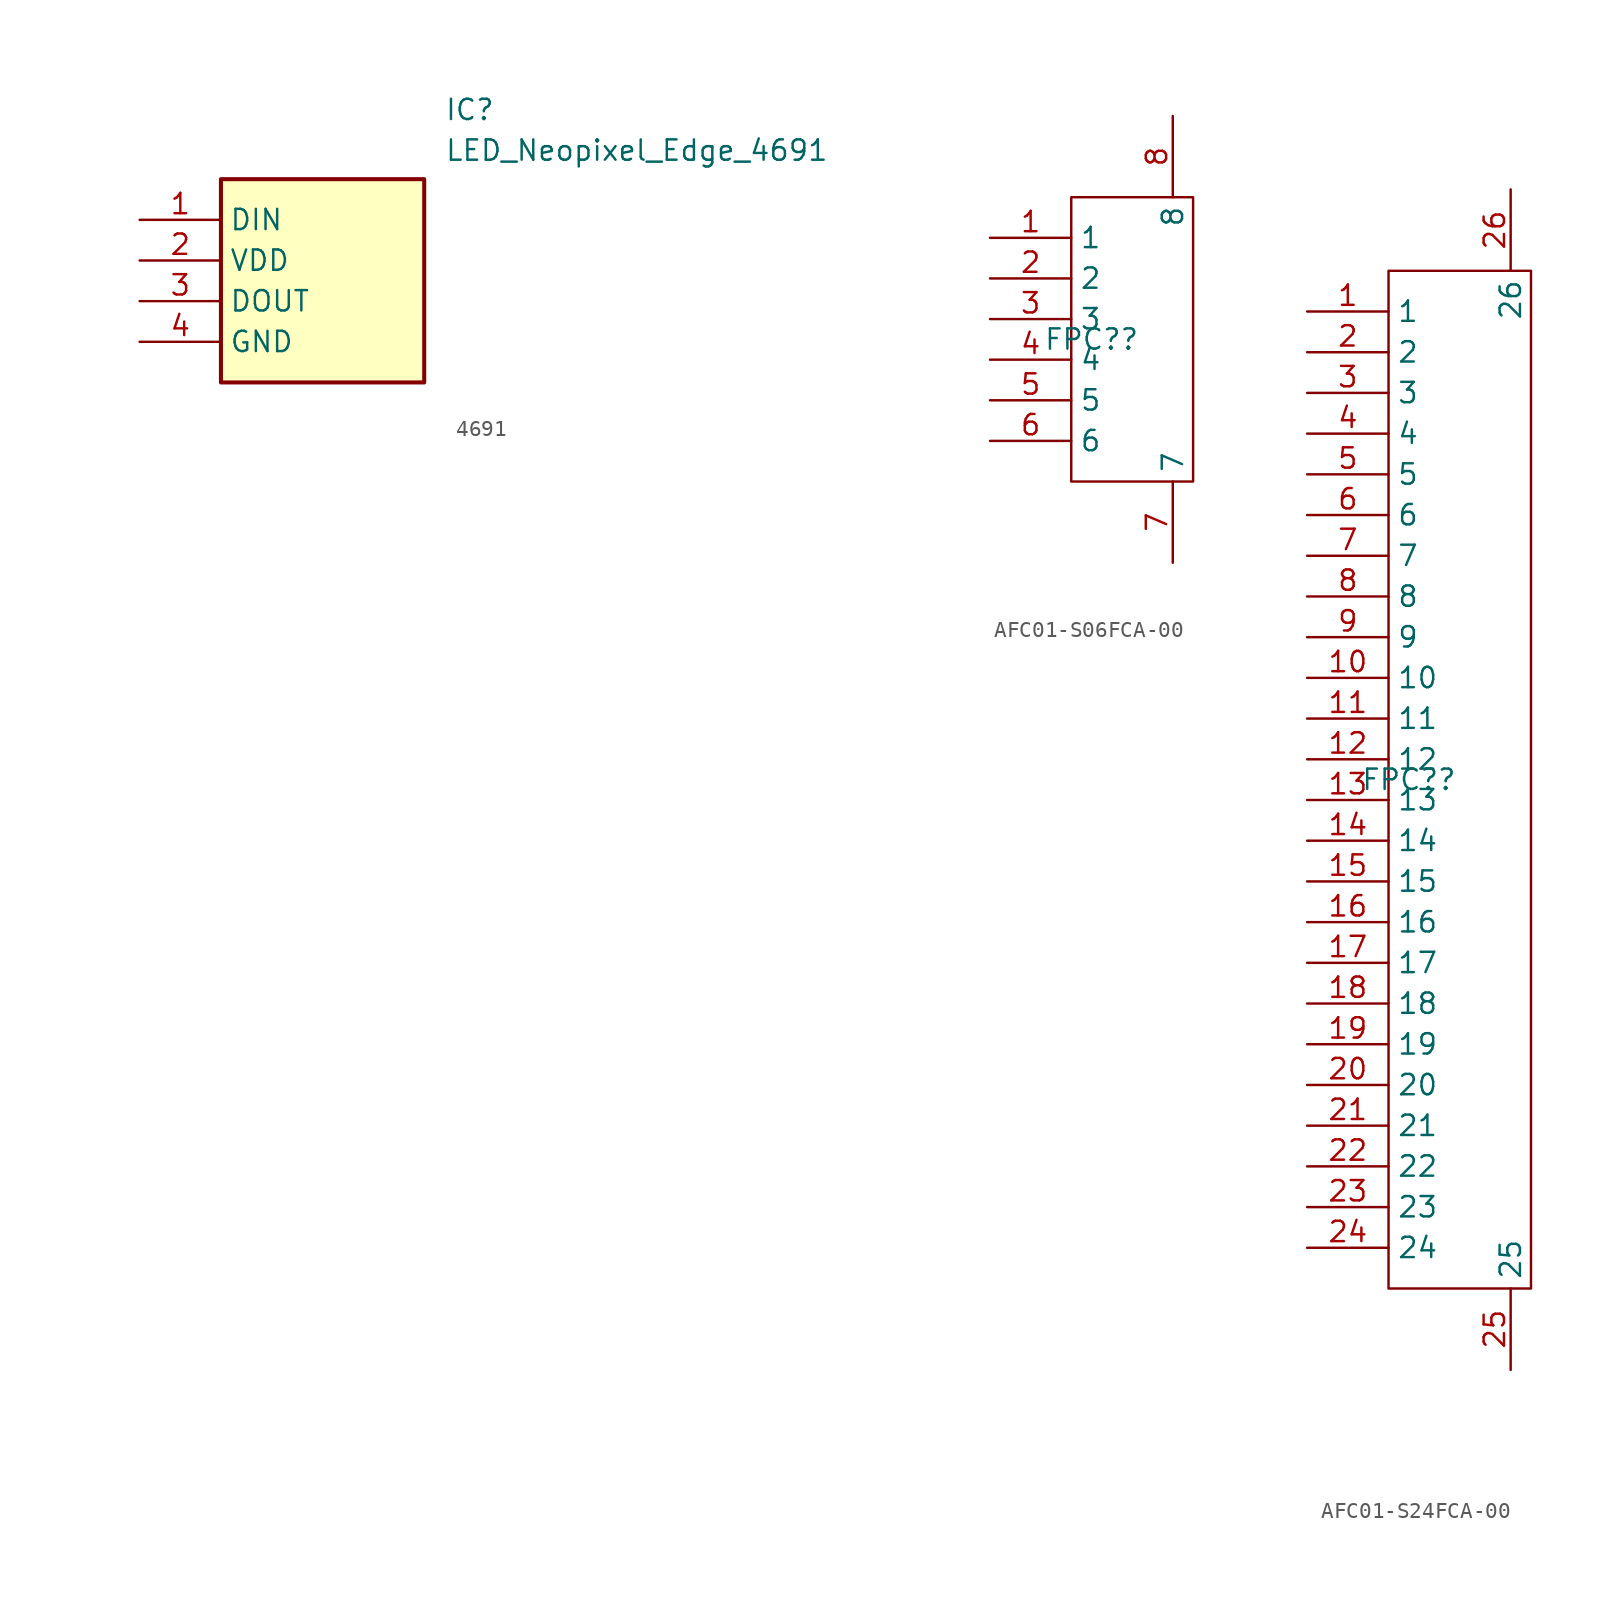
<source format=kicad_sym>
(kicad_symbol_lib
  (version 20241209)
  (generator "kicad_symbol_editor")
  (generator_version "9.0")
  (symbol "4691"
    (property "Reference" "IC"
      (at 19.05 7.62 0)
      (effects (font (size 1.27 1.27)) (justify left top)))
    (property "Value" "LED_Neopixel_Edge_4691"
      (at 19.05 5.08 0)
      (effects (font (size 1.27 1.27)) (justify left top)))
    (symbol "4691_1_1"
      (rectangle (start 5.08 2.54) (end 17.78 -10.16) (stroke (width 0.254) (type default)) (fill (type background)))
      (pin passive line (at 0 0 0) (length 5.08) (name "DIN" (effects (font (size 1.27 1.27)))) (number "1" (effects (font (size 1.27 1.27)))))
      (pin passive line (at 0 -2.54 0) (length 5.08) (name "VDD" (effects (font (size 1.27 1.27)))) (number "2" (effects (font (size 1.27 1.27)))))
      (pin passive line (at 0 -5.08 0) (length 5.08) (name "DOUT" (effects (font (size 1.27 1.27)))) (number "3" (effects (font (size 1.27 1.27)))))
      (pin passive line (at 0 -7.62 0) (length 5.08) (name "GND" (effects (font (size 1.27 1.27)))) (number "4" (effects (font (size 1.27 1.27)))))))
  (symbol "AFC01-S06FCA-00"
    (property "Reference" "FPC?"
      (at 0 0 0)
      (effects (font (size 1.27 1.27))))
    (property "Value" ""
      (at 0 0 0)
      (effects (font (size 1.27 1.27))))
    (symbol "AFC01-S06FCA-00_1_0"
      (rectangle (start -1.27 8.89) (end 6.35 -8.89) (stroke (width 0) (type default)) (fill (type none)))
      (pin unspecified line (at -6.35 6.35 0) (length 5.08) (name "1" (effects (font (size 1.27 1.27)))) (number "1" (effects (font (size 1.27 1.27)))))
      (pin unspecified line (at -6.35 3.81 0) (length 5.08) (name "2" (effects (font (size 1.27 1.27)))) (number "2" (effects (font (size 1.27 1.27)))))
      (pin unspecified line (at -6.35 1.27 0) (length 5.08) (name "3" (effects (font (size 1.27 1.27)))) (number "3" (effects (font (size 1.27 1.27)))))
      (pin unspecified line (at -6.35 -1.27 0) (length 5.08) (name "4" (effects (font (size 1.27 1.27)))) (number "4" (effects (font (size 1.27 1.27)))))
      (pin unspecified line (at -6.35 -3.81 0) (length 5.08) (name "5" (effects (font (size 1.27 1.27)))) (number "5" (effects (font (size 1.27 1.27)))))
      (pin unspecified line (at -6.35 -6.35 0) (length 5.08) (name "6" (effects (font (size 1.27 1.27)))) (number "6" (effects (font (size 1.27 1.27)))))
      (pin unspecified line (at 5.08 13.97 270) (length 5.08) (name "8" (effects (font (size 1.27 1.27)))) (number "8" (effects (font (size 1.27 1.27)))))
      (pin unspecified line (at 5.08 -13.97 90) (length 5.08) (name "7" (effects (font (size 1.27 1.27)))) (number "7" (effects (font (size 1.27 1.27)))))))
  (symbol "AFC01-S24FCA-00"
    (property "Reference" "FPC?"
      (at 0 0 0)
      (effects (font (size 1.27 1.27))))
    (property "Value" ""
      (at 0 0 0)
      (effects (font (size 1.27 1.27))))
    (symbol "AFC01-S24FCA-00_1_0"
      (rectangle (start -1.27 31.75) (end 7.62 -31.75) (stroke (width 0) (type default)) (fill (type none)))
      (pin unspecified line (at -6.35 29.21 0) (length 5.08) (name "1" (effects (font (size 1.27 1.27)))) (number "1" (effects (font (size 1.27 1.27)))))
      (pin unspecified line (at -6.35 26.67 0) (length 5.08) (name "2" (effects (font (size 1.27 1.27)))) (number "2" (effects (font (size 1.27 1.27)))))
      (pin unspecified line (at -6.35 24.13 0) (length 5.08) (name "3" (effects (font (size 1.27 1.27)))) (number "3" (effects (font (size 1.27 1.27)))))
      (pin unspecified line (at -6.35 21.59 0) (length 5.08) (name "4" (effects (font (size 1.27 1.27)))) (number "4" (effects (font (size 1.27 1.27)))))
      (pin unspecified line (at -6.35 19.05 0) (length 5.08) (name "5" (effects (font (size 1.27 1.27)))) (number "5" (effects (font (size 1.27 1.27)))))
      (pin unspecified line (at -6.35 16.51 0) (length 5.08) (name "6" (effects (font (size 1.27 1.27)))) (number "6" (effects (font (size 1.27 1.27)))))
      (pin unspecified line (at -6.35 13.97 0) (length 5.08) (name "7" (effects (font (size 1.27 1.27)))) (number "7" (effects (font (size 1.27 1.27)))))
      (pin unspecified line (at -6.35 11.43 0) (length 5.08) (name "8" (effects (font (size 1.27 1.27)))) (number "8" (effects (font (size 1.27 1.27)))))
      (pin unspecified line (at -6.35 8.89 0) (length 5.08) (name "9" (effects (font (size 1.27 1.27)))) (number "9" (effects (font (size 1.27 1.27)))))
      (pin unspecified line (at -6.35 6.35 0) (length 5.08) (name "10" (effects (font (size 1.27 1.27)))) (number "10" (effects (font (size 1.27 1.27)))))
      (pin unspecified line (at -6.35 3.81 0) (length 5.08) (name "11" (effects (font (size 1.27 1.27)))) (number "11" (effects (font (size 1.27 1.27)))))
      (pin unspecified line (at -6.35 1.27 0) (length 5.08) (name "12" (effects (font (size 1.27 1.27)))) (number "12" (effects (font (size 1.27 1.27)))))
      (pin unspecified line (at -6.35 -1.27 0) (length 5.08) (name "13" (effects (font (size 1.27 1.27)))) (number "13" (effects (font (size 1.27 1.27)))))
      (pin unspecified line (at -6.35 -3.81 0) (length 5.08) (name "14" (effects (font (size 1.27 1.27)))) (number "14" (effects (font (size 1.27 1.27)))))
      (pin unspecified line (at -6.35 -6.35 0) (length 5.08) (name "15" (effects (font (size 1.27 1.27)))) (number "15" (effects (font (size 1.27 1.27)))))
      (pin unspecified line (at -6.35 -8.89 0) (length 5.08) (name "16" (effects (font (size 1.27 1.27)))) (number "16" (effects (font (size 1.27 1.27)))))
      (pin unspecified line (at -6.35 -11.43 0) (length 5.08) (name "17" (effects (font (size 1.27 1.27)))) (number "17" (effects (font (size 1.27 1.27)))))
      (pin unspecified line (at -6.35 -13.97 0) (length 5.08) (name "18" (effects (font (size 1.27 1.27)))) (number "18" (effects (font (size 1.27 1.27)))))
      (pin unspecified line (at -6.35 -16.51 0) (length 5.08) (name "19" (effects (font (size 1.27 1.27)))) (number "19" (effects (font (size 1.27 1.27)))))
      (pin unspecified line (at -6.35 -19.05 0) (length 5.08) (name "20" (effects (font (size 1.27 1.27)))) (number "20" (effects (font (size 1.27 1.27)))))
      (pin unspecified line (at -6.35 -21.59 0) (length 5.08) (name "21" (effects (font (size 1.27 1.27)))) (number "21" (effects (font (size 1.27 1.27)))))
      (pin unspecified line (at -6.35 -24.13 0) (length 5.08) (name "22" (effects (font (size 1.27 1.27)))) (number "22" (effects (font (size 1.27 1.27)))))
      (pin unspecified line (at -6.35 -26.67 0) (length 5.08) (name "23" (effects (font (size 1.27 1.27)))) (number "23" (effects (font (size 1.27 1.27)))))
      (pin unspecified line (at -6.35 -29.21 0) (length 5.08) (name "24" (effects (font (size 1.27 1.27)))) (number "24" (effects (font (size 1.27 1.27)))))
      (pin unspecified line (at 6.35 36.83 270) (length 5.08) (name "26" (effects (font (size 1.27 1.27)))) (number "26" (effects (font (size 1.27 1.27)))))
      (pin unspecified line (at 6.35 -36.83 90) (length 5.08) (name "25" (effects (font (size 1.27 1.27)))) (number "25" (effects (font (size 1.27 1.27))))))))
</source>
